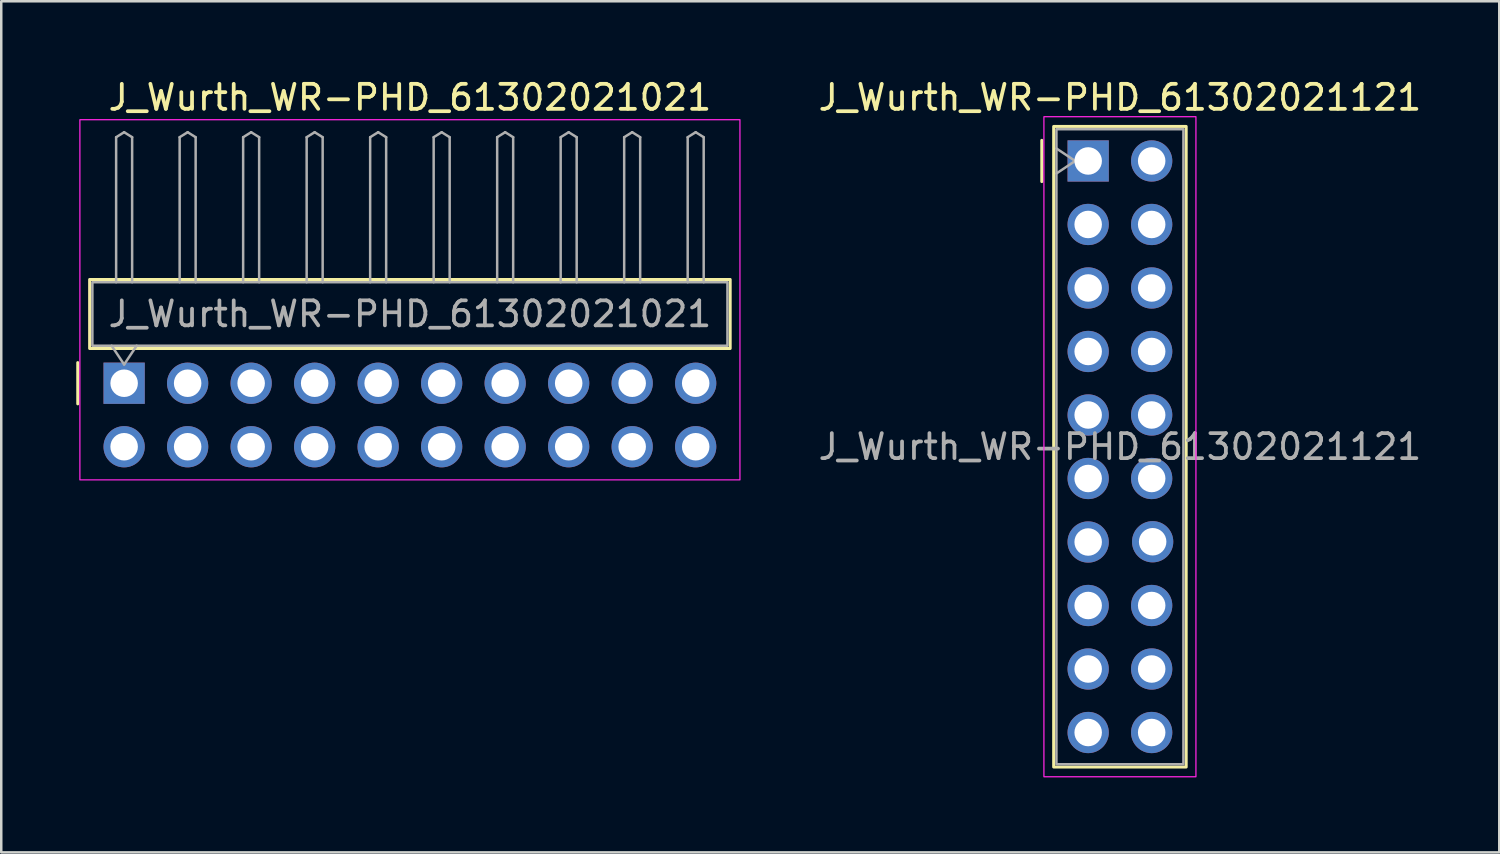
<source format=kicad_pcb>
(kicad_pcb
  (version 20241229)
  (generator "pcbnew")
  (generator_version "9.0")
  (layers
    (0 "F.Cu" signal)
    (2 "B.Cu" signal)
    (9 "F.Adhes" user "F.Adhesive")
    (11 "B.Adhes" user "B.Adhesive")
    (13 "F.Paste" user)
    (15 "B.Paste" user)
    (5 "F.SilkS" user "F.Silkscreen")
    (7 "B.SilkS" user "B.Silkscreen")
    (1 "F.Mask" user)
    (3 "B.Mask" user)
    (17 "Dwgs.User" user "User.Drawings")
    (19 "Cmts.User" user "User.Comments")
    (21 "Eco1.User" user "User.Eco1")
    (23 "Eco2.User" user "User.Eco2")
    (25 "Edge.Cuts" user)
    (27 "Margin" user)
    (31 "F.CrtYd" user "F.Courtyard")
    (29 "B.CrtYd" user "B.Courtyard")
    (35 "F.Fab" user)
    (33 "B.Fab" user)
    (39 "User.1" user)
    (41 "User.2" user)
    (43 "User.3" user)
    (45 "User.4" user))
  (footprint "J_Wurth_WR-PHD_61302021021"
    (layer "F.Cu")
    (at 1.915 12.278)
    (property "Reference" "J_Wurth_WR-PHD_61302021021" (at 11.43 -11.43 0) (unlocked yes) (layer "F.SilkS") (effects (font (size 1 1) (thickness 0.15))))
    (attr through_hole)
    (fp_line (start -1.855 -0.825) (end -1.855 0.825) (stroke (width 0.12) (type solid)) (layer "F.SilkS"))
    (fp_rect (start -1.38 -4.15) (end 24.24 -1.39) (stroke (width 0.12) (type solid)) (fill no) (layer "F.SilkS"))
    (fp_rect (start -1.77 -10.54) (end 24.63 3.865) (stroke (width 0.05) (type solid)) (fill no) (layer "F.CrtYd"))
    (fp_line (start -0.32 -9.84) (end -0.32 -4.04) (stroke (width 0.1) (type solid)) (layer "F.Fab"))
    (fp_line (start 0 -10.04) (end -0.32 -9.84) (stroke (width 0.1) (type solid)) (layer "F.Fab"))
    (fp_line (start 0 -0.75) (end -0.5 -1.5) (stroke (width 0.1) (type solid)) (layer "F.Fab"))
    (fp_line (start 0 -0.75) (end 0.5 -1.5) (stroke (width 0.1) (type solid)) (layer "F.Fab"))
    (fp_line (start 0.32 -9.84) (end 0 -10.04) (stroke (width 0.1) (type default)) (layer "F.Fab"))
    (fp_line (start 0.32 -4.04) (end 0.32 -9.84) (stroke (width 0.1) (type solid)) (layer "F.Fab"))
    (fp_line (start 2.22 -9.84) (end 2.22 -4.04) (stroke (width 0.1) (type solid)) (layer "F.Fab"))
    (fp_line (start 2.54 -10.04) (end 2.22 -9.84) (stroke (width 0.1) (type solid)) (layer "F.Fab"))
    (fp_line (start 2.86 -9.84) (end 2.54 -10.04) (stroke (width 0.1) (type default)) (layer "F.Fab"))
    (fp_line (start 2.86 -4.04) (end 2.86 -9.84) (stroke (width 0.1) (type solid)) (layer "F.Fab"))
    (fp_line (start 4.76 -9.84) (end 4.76 -4.04) (stroke (width 0.1) (type solid)) (layer "F.Fab"))
    (fp_line (start 5.08 -10.04) (end 4.76 -9.84) (stroke (width 0.1) (type solid)) (layer "F.Fab"))
    (fp_line (start 5.4 -9.84) (end 5.08 -10.04) (stroke (width 0.1) (type default)) (layer "F.Fab"))
    (fp_line (start 5.4 -4.04) (end 5.4 -9.84) (stroke (width 0.1) (type solid)) (layer "F.Fab"))
    (fp_line (start 7.3 -9.84) (end 7.3 -4.04) (stroke (width 0.1) (type solid)) (layer "F.Fab"))
    (fp_line (start 7.62 -10.04) (end 7.3 -9.84) (stroke (width 0.1) (type solid)) (layer "F.Fab"))
    (fp_line (start 7.94 -9.84) (end 7.62 -10.04) (stroke (width 0.1) (type default)) (layer "F.Fab"))
    (fp_line (start 7.94 -4.04) (end 7.94 -9.84) (stroke (width 0.1) (type solid)) (layer "F.Fab"))
    (fp_line (start 9.84 -9.84) (end 9.84 -4.04) (stroke (width 0.1) (type solid)) (layer "F.Fab"))
    (fp_line (start 10.16 -10.04) (end 9.84 -9.84) (stroke (width 0.1) (type solid)) (layer "F.Fab"))
    (fp_line (start 10.48 -9.84) (end 10.16 -10.04) (stroke (width 0.1) (type solid)) (layer "F.Fab"))
    (fp_line (start 10.48 -4.04) (end 10.48 -9.84) (stroke (width 0.1) (type solid)) (layer "F.Fab"))
    (fp_line (start 12.38 -9.84) (end 12.38 -4.04) (stroke (width 0.1) (type solid)) (layer "F.Fab"))
    (fp_line (start 12.7 -10.04) (end 12.38 -9.84) (stroke (width 0.1) (type solid)) (layer "F.Fab"))
    (fp_line (start 13.02 -9.84) (end 12.7 -10.04) (stroke (width 0.1) (type solid)) (layer "F.Fab"))
    (fp_line (start 13.02 -4.04) (end 13.02 -9.84) (stroke (width 0.1) (type solid)) (layer "F.Fab"))
    (fp_line (start 14.92 -9.84) (end 14.92 -4.04) (stroke (width 0.1) (type solid)) (layer "F.Fab"))
    (fp_line (start 15.24 -10.04) (end 14.92 -9.84) (stroke (width 0.1) (type solid)) (layer "F.Fab"))
    (fp_line (start 15.56 -9.84) (end 15.24 -10.04) (stroke (width 0.1) (type solid)) (layer "F.Fab"))
    (fp_line (start 15.56 -4.04) (end 15.56 -9.84) (stroke (width 0.1) (type solid)) (layer "F.Fab"))
    (fp_line (start 17.46 -9.84) (end 17.46 -4.04) (stroke (width 0.1) (type solid)) (layer "F.Fab"))
    (fp_line (start 17.78 -10.04) (end 17.46 -9.84) (stroke (width 0.1) (type solid)) (layer "F.Fab"))
    (fp_line (start 17.78 -10.04) (end 18.1 -9.84) (stroke (width 0.1) (type solid)) (layer "F.Fab"))
    (fp_line (start 18.1 -4.04) (end 18.1 -9.84) (stroke (width 0.1) (type solid)) (layer "F.Fab"))
    (fp_line (start 20 -9.84) (end 20 -4.04) (stroke (width 0.1) (type solid)) (layer "F.Fab"))
    (fp_line (start 20.32 -10.04) (end 20 -9.84) (stroke (width 0.1) (type solid)) (layer "F.Fab"))
    (fp_line (start 20.32 -10.04) (end 20.64 -9.84) (stroke (width 0.1) (type solid)) (layer "F.Fab"))
    (fp_line (start 20.64 -4.04) (end 20.64 -9.84) (stroke (width 0.1) (type solid)) (layer "F.Fab"))
    (fp_line (start 22.54 -9.84) (end 22.54 -4.04) (stroke (width 0.1) (type solid)) (layer "F.Fab"))
    (fp_line (start 22.86 -10.04) (end 22.54 -9.84) (stroke (width 0.1) (type solid)) (layer "F.Fab"))
    (fp_line (start 22.86 -10.04) (end 23.18 -9.84) (stroke (width 0.1) (type solid)) (layer "F.Fab"))
    (fp_line (start 23.18 -4.04) (end 23.18 -9.84) (stroke (width 0.1) (type solid)) (layer "F.Fab"))
    (fp_rect (start -1.27 -4.04) (end 24.13 -1.5) (stroke (width 0.1) (type solid)) (fill no) (layer "F.Fab"))
    (fp_text user "${REFERENCE}" (at 11.43 -2.77 0) (unlocked yes) (layer "F.Fab") (effects (font (size 1 1) (thickness 0.15))))
    (pad "1" thru_hole rect (at 0 0 180) (size 1.65 1.65) (drill 1.1) (layers "*.Cu" "*.Mask"))
    (pad "2" thru_hole circle (at 0 2.54 180) (size 1.65 1.65) (drill 1.1) (layers "*.Cu" "*.Mask"))
    (pad "3" thru_hole circle (at 2.54 0 180) (size 1.65 1.65) (drill 1.1) (layers "*.Cu" "*.Mask"))
    (pad "4" thru_hole circle (at 2.54 2.54 180) (size 1.65 1.65) (drill 1.1) (layers "*.Cu" "*.Mask"))
    (pad "5" thru_hole circle (at 5.08 0 180) (size 1.65 1.65) (drill 1.1) (layers "*.Cu" "*.Mask"))
    (pad "6" thru_hole circle (at 5.08 2.54 180) (size 1.65 1.65) (drill 1.1) (layers "*.Cu" "*.Mask"))
    (pad "7" thru_hole circle (at 7.62 0 180) (size 1.65 1.65) (drill 1.1) (layers "*.Cu" "*.Mask"))
    (pad "8" thru_hole circle (at 7.62 2.54 180) (size 1.65 1.65) (drill 1.1) (layers "*.Cu" "*.Mask"))
    (pad "9" thru_hole circle (at 10.16 0 180) (size 1.65 1.65) (drill 1.1) (layers "*.Cu" "*.Mask"))
    (pad "10" thru_hole circle (at 10.16 2.54 180) (size 1.65 1.65) (drill 1.1) (layers "*.Cu" "*.Mask"))
    (pad "11" thru_hole circle (at 12.7 0 180) (size 1.65 1.65) (drill 1.1) (layers "*.Cu" "*.Mask"))
    (pad "12" thru_hole circle (at 12.7 2.54 180) (size 1.65 1.65) (drill 1.1) (layers "*.Cu" "*.Mask"))
    (pad "13" thru_hole circle (at 15.24 0 180) (size 1.65 1.65) (drill 1.1) (layers "*.Cu" "*.Mask"))
    (pad "14" thru_hole circle (at 15.24 2.54 180) (size 1.65 1.65) (drill 1.1) (layers "*.Cu" "*.Mask"))
    (pad "15" thru_hole circle (at 17.78 0 180) (size 1.65 1.65) (drill 1.1) (layers "*.Cu" "*.Mask"))
    (pad "16" thru_hole circle (at 17.78 2.54 180) (size 1.65 1.65) (drill 1.1) (layers "*.Cu" "*.Mask"))
    (pad "17" thru_hole circle (at 20.32 0 180) (size 1.65 1.65) (drill 1.1) (layers "*.Cu" "*.Mask"))
    (pad "18" thru_hole circle (at 20.32 2.54 180) (size 1.65 1.65) (drill 1.1) (layers "*.Cu" "*.Mask"))
    (pad "19" thru_hole circle (at 22.86 0 180) (size 1.65 1.65) (drill 1.1) (layers "*.Cu" "*.Mask"))
    (pad "20" thru_hole circle (at 22.86 2.54 180) (size 1.65 1.65) (drill 1.1) (layers "*.Cu" "*.Mask")))
  (footprint "J_Wurth_WR-PHD_61302021121"
    (layer "F.Cu")
    (at 40.473 3.388)
    (property "Reference" "J_Wurth_WR-PHD_61302021121" (at 1.27 -2.54 0) (unlocked yes) (layer "F.SilkS") (effects (font (size 1 1) (thickness 0.15))))
    (attr through_hole)
    (fp_line (start -1.855 -0.825) (end -1.855 0.825) (stroke (width 0.12) (type solid)) (layer "F.SilkS"))
    (fp_rect (start -1.38 -1.38) (end 3.92 24.24) (stroke (width 0.12) (type solid)) (fill no) (layer "F.SilkS"))
    (fp_rect (start -1.77 -1.77) (end 4.31 24.63) (stroke (width 0.05) (type solid)) (fill no) (layer "F.CrtYd"))
    (fp_line (start -1.27 -0.5) (end -0.52 0) (stroke (width 0.1) (type solid)) (layer "F.Fab"))
    (fp_line (start -0.52 0) (end -1.27 0.5) (stroke (width 0.1) (type solid)) (layer "F.Fab"))
    (fp_rect (start -1.27 -1.27) (end 3.81 24.13) (stroke (width 0.1) (type solid)) (fill no) (layer "F.Fab"))
    (fp_text user "${REFERENCE}" (at 1.27 11.43 0) (unlocked yes) (layer "F.Fab") (effects (font (size 1 1) (thickness 0.15))))
    (pad "1" thru_hole rect (at 0 0 270) (size 1.65 1.65) (drill 1.1) (layers "*.Cu" "*.Mask"))
    (pad "2" thru_hole circle (at 2.54 0 270) (size 1.65 1.65) (drill 1.1) (layers "*.Cu" "*.Mask"))
    (pad "3" thru_hole circle (at 0 2.54 270) (size 1.65 1.65) (drill 1.1) (layers "*.Cu" "*.Mask"))
    (pad "4" thru_hole circle (at 2.54 2.54 270) (size 1.65 1.65) (drill 1.1) (layers "*.Cu" "*.Mask"))
    (pad "5" thru_hole circle (at 0 5.08 270) (size 1.65 1.65) (drill 1.1) (layers "*.Cu" "*.Mask"))
    (pad "6" thru_hole circle (at 2.54 5.08 270) (size 1.65 1.65) (drill 1.1) (layers "*.Cu" "*.Mask"))
    (pad "7" thru_hole circle (at 0 7.62 270) (size 1.65 1.65) (drill 1.1) (layers "*.Cu" "*.Mask"))
    (pad "8" thru_hole circle (at 2.54 7.62 270) (size 1.65 1.65) (drill 1.1) (layers "*.Cu" "*.Mask"))
    (pad "9" thru_hole circle (at 0 10.16 270) (size 1.65 1.65) (drill 1.1) (layers "*.Cu" "*.Mask"))
    (pad "10" thru_hole circle (at 2.54 10.16 270) (size 1.65 1.65) (drill 1.1) (layers "*.Cu" "*.Mask"))
    (pad "11" thru_hole circle (at 0 12.7 270) (size 1.65 1.65) (drill 1.1) (layers "*.Cu" "*.Mask"))
    (pad "12" thru_hole circle (at 2.54 12.7 270) (size 1.65 1.65) (drill 1.1) (layers "*.Cu" "*.Mask"))
    (pad "13" thru_hole circle (at 0 15.24 270) (size 1.65 1.65) (drill 1.1) (layers "*.Cu" "*.Mask"))
    (pad "14" thru_hole circle (at 2.579 15.23 270) (size 1.65 1.65) (drill 1.1) (layers "*.Cu" "*.Mask"))
    (pad "15" thru_hole circle (at 0 17.78 270) (size 1.65 1.65) (drill 1.1) (layers "*.Cu" "*.Mask"))
    (pad "16" thru_hole circle (at 2.54 17.78 270) (size 1.65 1.65) (drill 1.1) (layers "*.Cu" "*.Mask"))
    (pad "17" thru_hole circle (at 0 20.32 270) (size 1.65 1.65) (drill 1.1) (layers "*.Cu" "*.Mask"))
    (pad "18" thru_hole circle (at 2.54 20.32 270) (size 1.65 1.65) (drill 1.1) (layers "*.Cu" "*.Mask"))
    (pad "19" thru_hole circle (at 0 22.86 270) (size 1.65 1.65) (drill 1.1) (layers "*.Cu" "*.Mask"))
    (pad "20" thru_hole circle (at 2.54 22.86 270) (size 1.65 1.65) (drill 1.1) (layers "*.Cu" "*.Mask")))
  (gr_rect
    (start -3 -3)
    (end 56.915 31.043)
    (stroke (width 0.1) (type default))
    (fill no)
    (layer "Edge.Cuts")))
</source>
